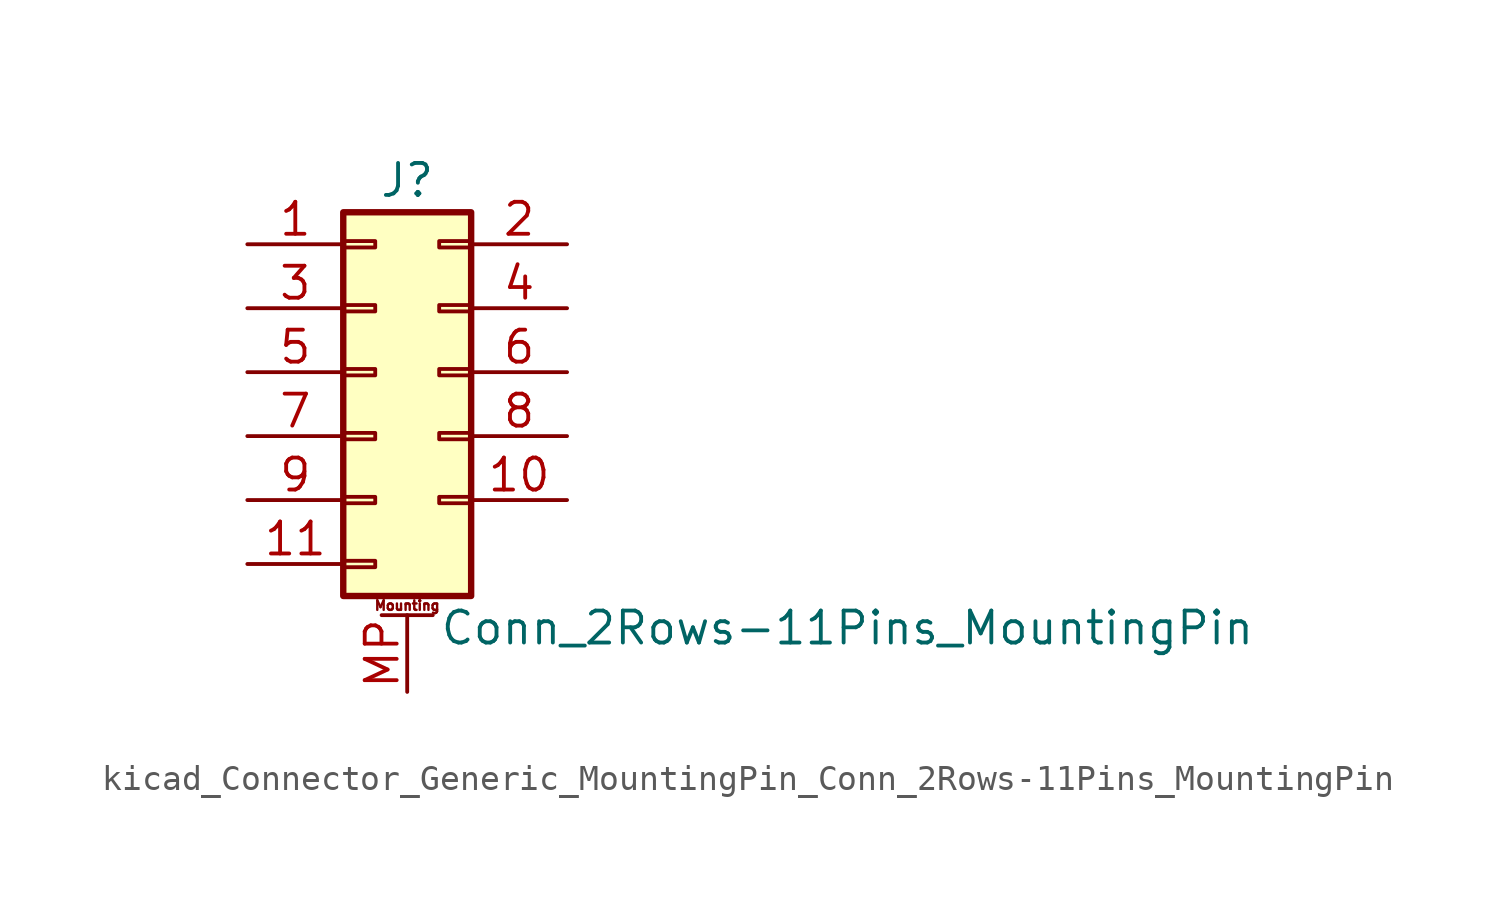
<source format=kicad_sym>
(kicad_symbol_lib
  (version 20220914)
  (generator kicad_symbol_editor)
  (symbol "kicad_Connector_Generic_MountingPin_Conn_2Rows-11Pins_MountingPin"
    (pin_names
      (offset 1.016) hide)
    (property "Reference" "J"
      (at 1.27 7.62 0)
      (effects (font (size 1.27 1.27))))
    (property "Value" "Conn_2Rows-11Pins_MountingPin"
      (at 2.54 -10.16 0)
      (effects (font (size 1.27 1.27)) (justify left)))
    (symbol "kicad_Connector_Generic_MountingPin_Conn_2Rows-11Pins_MountingPin_1_1"
      (rectangle (start -1.27 -7.493) (end 0 -7.747) (stroke (width 0.152) (type default)) (fill (type none)))
      (rectangle (start -1.27 -4.953) (end 0 -5.207) (stroke (width 0.152) (type default)) (fill (type none)))
      (rectangle (start -1.27 -2.413) (end 0 -2.667) (stroke (width 0.152) (type default)) (fill (type none)))
      (rectangle (start -1.27 0.127) (end 0 -0.127) (stroke (width 0.152) (type default)) (fill (type none)))
      (rectangle (start -1.27 2.667) (end 0 2.413) (stroke (width 0.152) (type default)) (fill (type none)))
      (rectangle (start -1.27 5.207) (end 0 4.953) (stroke (width 0.152) (type default)) (fill (type none)))
      (rectangle (start -1.27 6.35) (end 3.81 -8.89) (stroke (width 0.254) (type default)) (fill (type background)))
      (polyline (pts (xy 0.254 -9.652) (xy 2.286 -9.652)) (stroke (width 0.152) (type default)) (fill (type none)))
      (rectangle (start 3.81 -4.953) (end 2.54 -5.207) (stroke (width 0.152) (type default)) (fill (type none)))
      (rectangle (start 3.81 -2.413) (end 2.54 -2.667) (stroke (width 0.152) (type default)) (fill (type none)))
      (rectangle (start 3.81 0.127) (end 2.54 -0.127) (stroke (width 0.152) (type default)) (fill (type none)))
      (rectangle (start 3.81 2.667) (end 2.54 2.413) (stroke (width 0.152) (type default)) (fill (type none)))
      (rectangle (start 3.81 5.207) (end 2.54 4.953) (stroke (width 0.152) (type default)) (fill (type none)))
      (text "Mounting" (at 1.27 -9.271 0) (effects (font (size 0.381 0.381))))
      (pin passive line (at -5.08 5.08 0) (length 3.81) (name "Pin_1" (effects (font (size 1.27 1.27)))) (number "1" (effects (font (size 1.27 1.27)))))
      (pin passive line (at 7.62 -5.08 180) (length 3.81) (name "Pin_10" (effects (font (size 1.27 1.27)))) (number "10" (effects (font (size 1.27 1.27)))))
      (pin passive line (at -5.08 -7.62 0) (length 3.81) (name "Pin_11" (effects (font (size 1.27 1.27)))) (number "11" (effects (font (size 1.27 1.27)))))
      (pin passive line (at 7.62 5.08 180) (length 3.81) (name "Pin_2" (effects (font (size 1.27 1.27)))) (number "2" (effects (font (size 1.27 1.27)))))
      (pin passive line (at -5.08 2.54 0) (length 3.81) (name "Pin_3" (effects (font (size 1.27 1.27)))) (number "3" (effects (font (size 1.27 1.27)))))
      (pin passive line (at 7.62 2.54 180) (length 3.81) (name "Pin_4" (effects (font (size 1.27 1.27)))) (number "4" (effects (font (size 1.27 1.27)))))
      (pin passive line (at -5.08 0 0) (length 3.81) (name "Pin_5" (effects (font (size 1.27 1.27)))) (number "5" (effects (font (size 1.27 1.27)))))
      (pin passive line (at 7.62 0 180) (length 3.81) (name "Pin_6" (effects (font (size 1.27 1.27)))) (number "6" (effects (font (size 1.27 1.27)))))
      (pin passive line (at -5.08 -2.54 0) (length 3.81) (name "Pin_7" (effects (font (size 1.27 1.27)))) (number "7" (effects (font (size 1.27 1.27)))))
      (pin passive line (at 7.62 -2.54 180) (length 3.81) (name "Pin_8" (effects (font (size 1.27 1.27)))) (number "8" (effects (font (size 1.27 1.27)))))
      (pin passive line (at -5.08 -5.08 0) (length 3.81) (name "Pin_9" (effects (font (size 1.27 1.27)))) (number "9" (effects (font (size 1.27 1.27)))))
      (pin passive line (at 1.27 -12.7 90) (length 3.048) (name "MountPin" (effects (font (size 1.27 1.27)))) (number "MP" (effects (font (size 1.27 1.27))))))))
</source>
